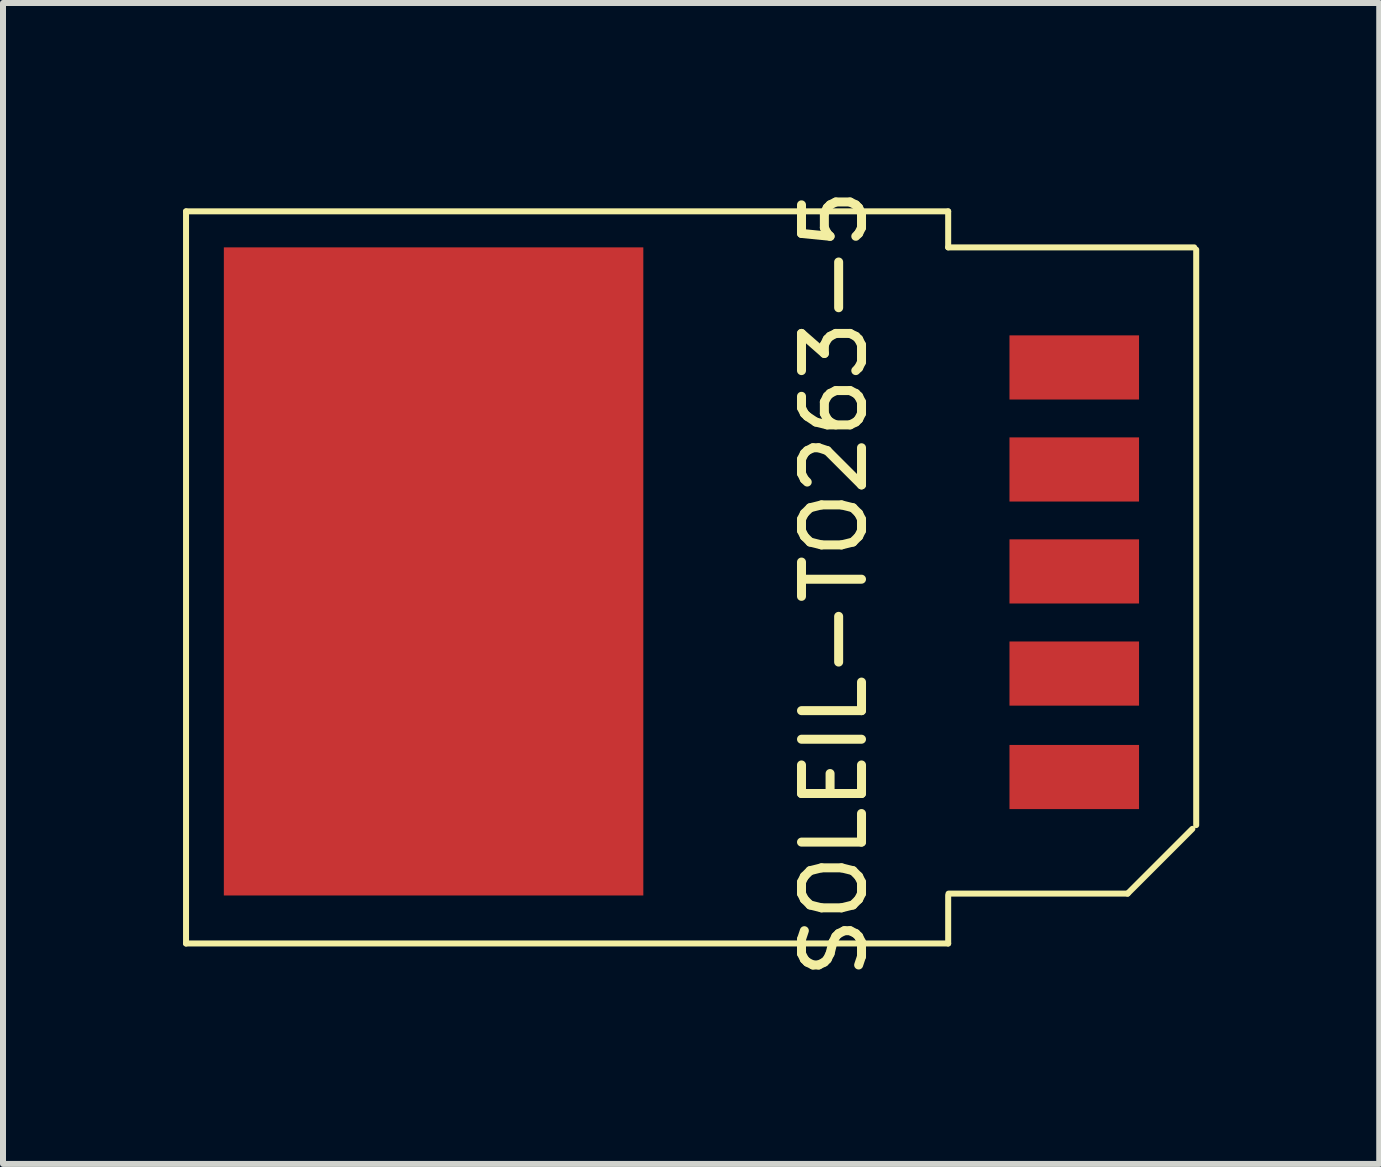
<source format=kicad_pcb>
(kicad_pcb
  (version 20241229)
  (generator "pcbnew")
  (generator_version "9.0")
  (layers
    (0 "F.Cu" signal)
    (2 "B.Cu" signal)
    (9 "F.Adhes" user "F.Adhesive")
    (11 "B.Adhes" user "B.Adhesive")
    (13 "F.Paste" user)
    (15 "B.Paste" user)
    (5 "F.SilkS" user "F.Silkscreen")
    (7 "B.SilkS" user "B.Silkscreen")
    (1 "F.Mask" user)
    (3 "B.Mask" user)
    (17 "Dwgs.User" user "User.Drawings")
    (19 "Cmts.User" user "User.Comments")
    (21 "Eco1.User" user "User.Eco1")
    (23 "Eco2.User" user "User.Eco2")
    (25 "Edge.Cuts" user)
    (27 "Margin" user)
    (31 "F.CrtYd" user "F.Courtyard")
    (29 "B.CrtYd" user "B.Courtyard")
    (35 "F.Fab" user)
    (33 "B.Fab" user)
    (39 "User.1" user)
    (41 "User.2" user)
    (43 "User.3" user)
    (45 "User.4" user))
  (footprint "SOLEIL-TO263-5"
    (layer "F.Cu")
    (at 14.851 9.873)
    (property "Reference" "SOLEIL-TO263-5" (at -4 -3.2 90) (layer "F.SilkS") (effects (font (size 1 1) (thickness 0.15))))
    (attr through_hole)
    (fp_line (start -14.801 -9.401) (end -14.801 2.799) (stroke (width 0.1) (type solid)) (layer "F.SilkS"))
    (fp_line (start -14.801 2.799) (end -2.101 2.799) (stroke (width 0.1) (type solid)) (layer "F.SilkS"))
    (fp_line (start -2.101 -9.401) (end -14.801 -9.401) (stroke (width 0.1) (type solid)) (layer "F.SilkS"))
    (fp_line (start -2.101 -8.801) (end -2.101 -9.401) (stroke (width 0.1) (type solid)) (layer "F.SilkS"))
    (fp_line (start -2.101 2.799) (end -2.101 1.999) (stroke (width 0.1) (type solid)) (layer "F.SilkS"))
    (fp_line (start -2.095 1.968) (end 0.889 1.968) (stroke (width 0.1) (type solid)) (layer "F.SilkS"))
    (fp_line (start 0.889 1.968) (end 1.968 0.889) (stroke (width 0.1) (type solid)) (layer "F.SilkS"))
    (fp_line (start 1.999 -8.801) (end -2.101 -8.801) (stroke (width 0.1) (type solid)) (layer "F.SilkS"))
    (fp_line (start 2.032 -8.763) (end 2.032 0.826) (stroke (width 0.1) (type solid)) (layer "F.SilkS"))
    (pad "1" smd rect (at 0 0.025) (size 2.159 1.069) (layers "F.Cu" "F.Mask" "F.Paste"))
    (pad "2" smd rect (at 0 -1.699) (size 2.159 1.069) (layers "F.Cu" "F.Mask" "F.Paste"))
    (pad "3" smd rect (at 0 -3.401) (size 2.159 1.069) (layers "F.Cu" "F.Mask" "F.Paste"))
    (pad "4" smd rect (at 0 -5.1) (size 2.159 1.069) (layers "F.Cu" "F.Mask" "F.Paste"))
    (pad "5" smd rect (at 0 -6.8) (size 2.159 1.069) (layers "F.Cu" "F.Mask" "F.Paste"))
    (pad "6" smd rect (at -10.676 -3.401) (size 6.99 10.8) (layers "F.Cu" "F.Mask" "F.Paste")))
  (gr_rect
    (start -3 -3)
    (end 19.933 16.345)
    (stroke (width 0.1) (type default))
    (fill no)
    (layer "Edge.Cuts")))
</source>
